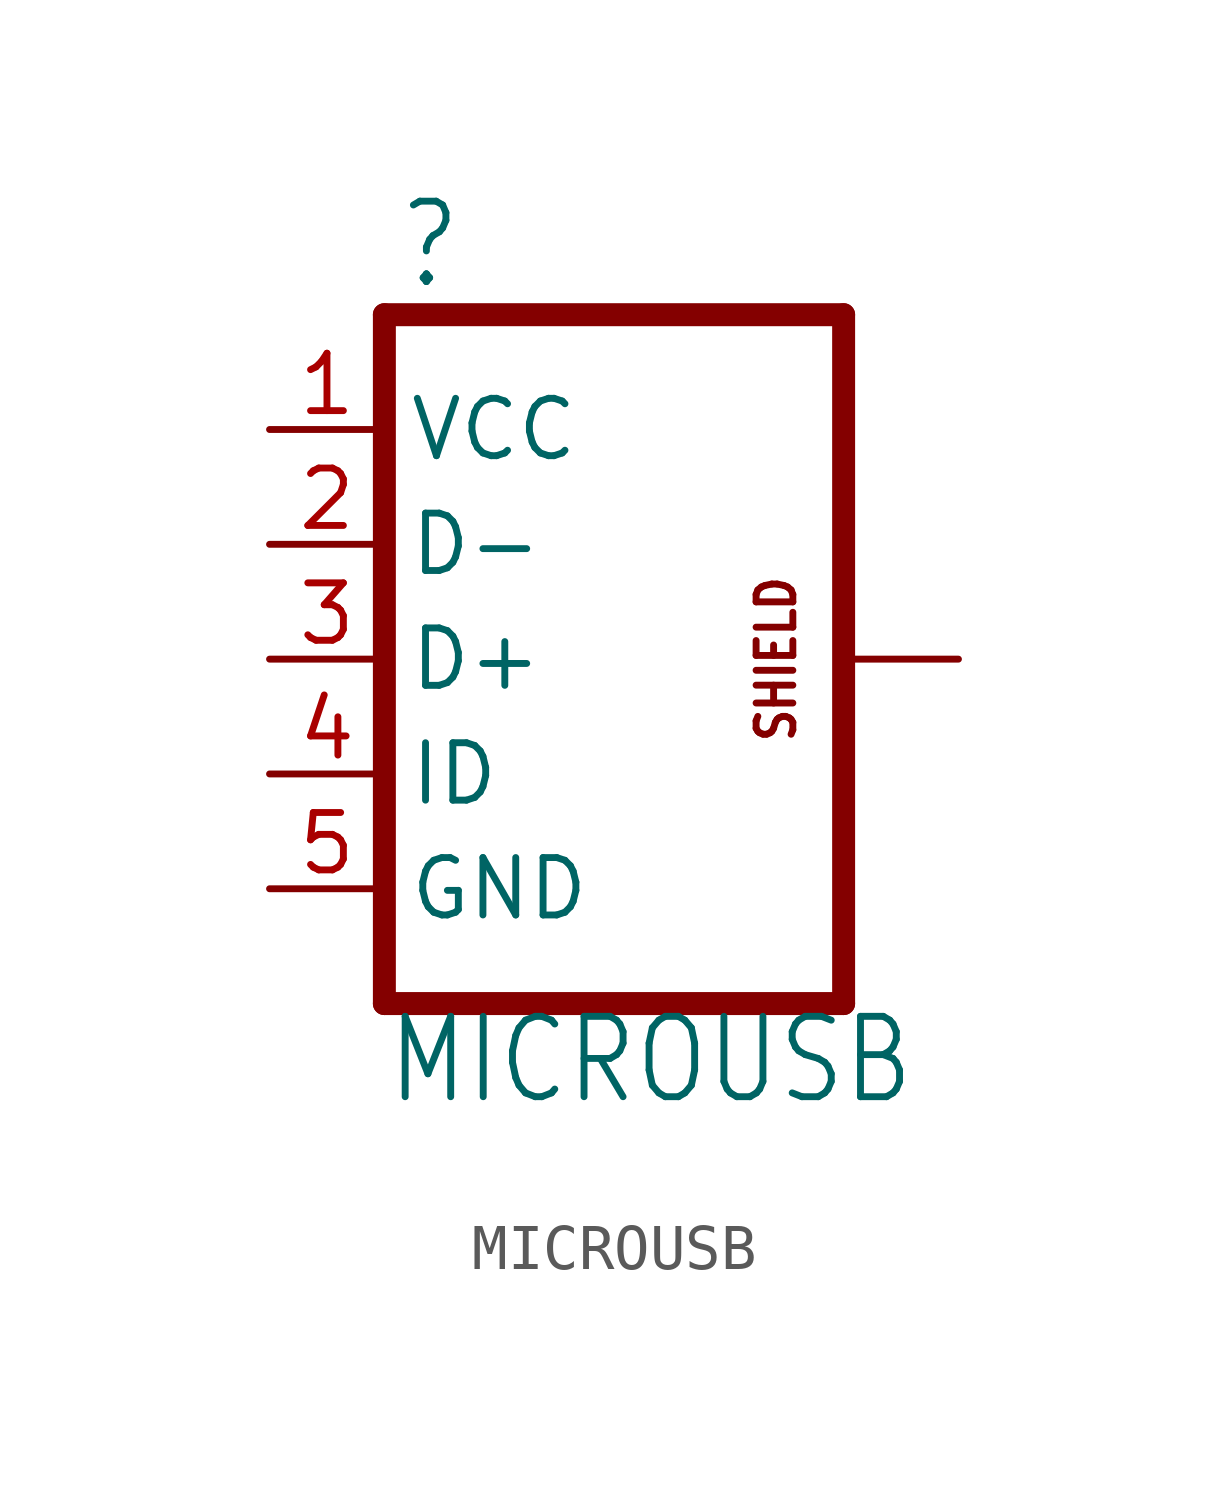
<source format=kicad_sym>
(kicad_symbol_lib
  (version 20211014)
  (generator kicad_symbol_editor)
  (symbol "MICROUSB"
    (property "Reference" ""
      (at -4.826 8.128 0)
      (effects (font (size 1.778 1.511)) (justify left bottom)))
    (property "Value" "MICROUSB"
      (at -5.08 -9.906 0)
      (effects (font (size 1.778 1.511)) (justify left bottom)))
    (property "ki_locked" ""
      (at 0 0 0)
      (effects (font (size 1.27 1.27))))
    (symbol "MICROUSB_1_0"
      (polyline (pts (xy -5.08 -7.62) (xy 5.08 -7.62)) (stroke (width 0.508) (type default) (color 0 0 0 0)) (fill (type none)))
      (polyline (pts (xy -5.08 7.62) (xy -5.08 -7.62)) (stroke (width 0.508) (type default) (color 0 0 0 0)) (fill (type none)))
      (polyline (pts (xy 5.08 -7.62) (xy 5.08 7.62)) (stroke (width 0.508) (type default) (color 0 0 0 0)) (fill (type none)))
      (polyline (pts (xy 5.08 7.62) (xy -5.08 7.62)) (stroke (width 0.508) (type default) (color 0 0 0 0)) (fill (type none)))
      (text "SHIELD" (at 4.064 0 900) (effects (font (size 0.813 0.691)) (justify bottom)))
      (pin bidirectional line (at -7.62 5.08 0) (length 2.54) (name "VCC" (effects (font (size 1.27 1.27)))) (number "1" (effects (font (size 1.27 1.27)))))
      (pin bidirectional line (at -7.62 2.54 0) (length 2.54) (name "D-" (effects (font (size 1.27 1.27)))) (number "2" (effects (font (size 1.27 1.27)))))
      (pin bidirectional line (at -7.62 0 0) (length 2.54) (name "D+" (effects (font (size 1.27 1.27)))) (number "3" (effects (font (size 1.27 1.27)))))
      (pin bidirectional line (at -7.62 -2.54 0) (length 2.54) (name "ID" (effects (font (size 1.27 1.27)))) (number "4" (effects (font (size 1.27 1.27)))))
      (pin bidirectional line (at -7.62 -5.08 0) (length 2.54) (name "GND" (effects (font (size 1.27 1.27)))) (number "5" (effects (font (size 1.27 1.27)))))
      (pin bidirectional line (at 7.62 0 180) (length 2.54) (name "SHIELD" (effects (font (size 0 0)))) (number "6" (effects (font (size 0 0))))))))
</source>
